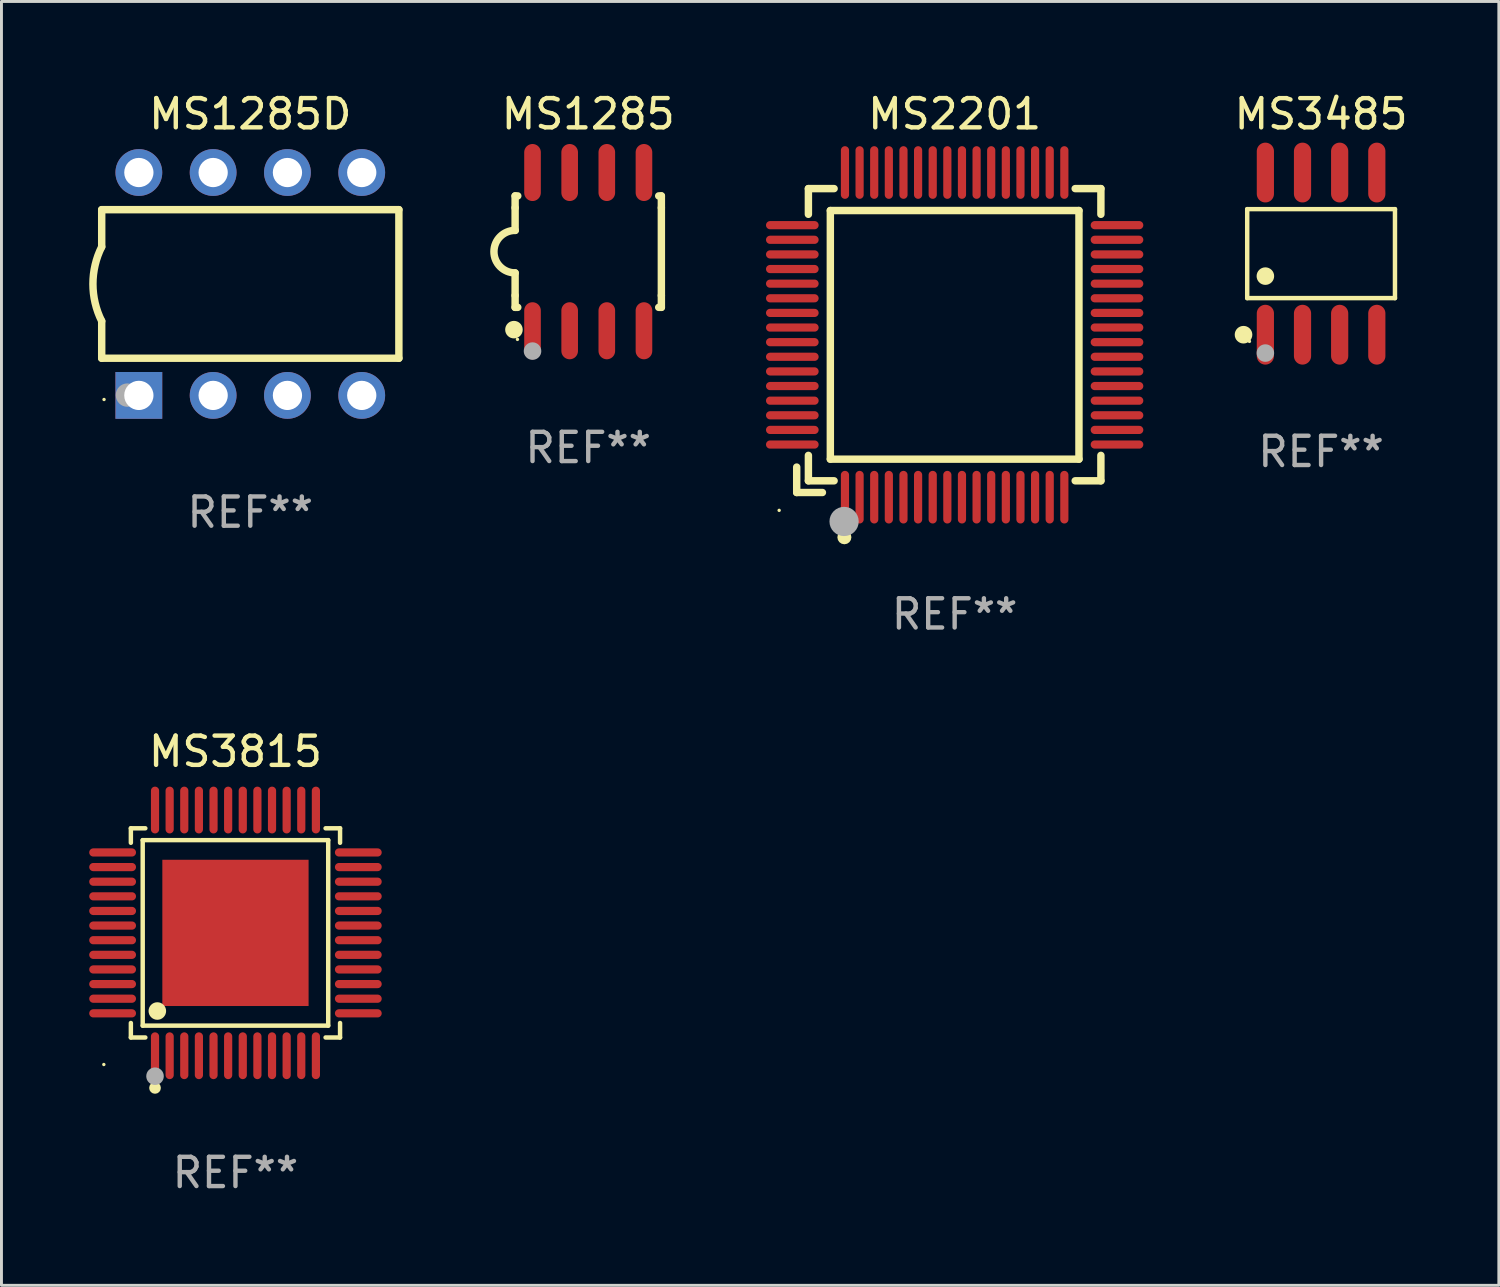
<source format=kicad_pcb>
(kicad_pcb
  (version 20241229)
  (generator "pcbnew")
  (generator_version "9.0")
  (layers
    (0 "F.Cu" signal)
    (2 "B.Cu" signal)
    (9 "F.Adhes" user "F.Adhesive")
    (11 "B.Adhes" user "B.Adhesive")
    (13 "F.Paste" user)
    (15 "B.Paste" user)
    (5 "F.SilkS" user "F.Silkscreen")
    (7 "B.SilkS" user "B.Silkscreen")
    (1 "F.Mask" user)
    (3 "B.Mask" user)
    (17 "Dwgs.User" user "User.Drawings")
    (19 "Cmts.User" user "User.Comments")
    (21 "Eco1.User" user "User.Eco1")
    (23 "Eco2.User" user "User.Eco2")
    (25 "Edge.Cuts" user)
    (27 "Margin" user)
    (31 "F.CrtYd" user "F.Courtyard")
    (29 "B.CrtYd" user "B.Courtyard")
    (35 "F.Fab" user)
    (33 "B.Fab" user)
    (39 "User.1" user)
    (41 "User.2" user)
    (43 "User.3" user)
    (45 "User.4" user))
  (footprint "MS1285"
    (layer "F.Cu")
    (at 17.061 5.553)
    (property "Reference" "MS1285" (at 0 -4.705 0) (layer "F.SilkS") (effects (font (size 1 1) (thickness 0.15))))
    (attr through_hole)
    (fp_line (start -2.5 -1.905) (end -2.409 -1.905) (stroke (width 0.254) (type solid)) (layer "F.SilkS"))
    (fp_line (start -2.5 -1.5) (end -2.5 -1.905) (stroke (width 0.254) (type solid)) (layer "F.SilkS"))
    (fp_line (start -2.5 -1.5) (end -2.5 -0.726) (stroke (width 0.254) (type solid)) (layer "F.SilkS"))
    (fp_line (start -2.5 1.5) (end -2.5 0.727) (stroke (width 0.254) (type solid)) (layer "F.SilkS"))
    (fp_line (start -2.5 1.5) (end -2.5 1.905) (stroke (width 0.254) (type solid)) (layer "F.SilkS"))
    (fp_line (start -2.5 1.905) (end -2.409 1.905) (stroke (width 0.254) (type solid)) (layer "F.SilkS"))
    (fp_line (start 2.5 -1.905) (end 2.409 -1.905) (stroke (width 0.254) (type solid)) (layer "F.SilkS"))
    (fp_line (start 2.5 -1.5) (end 2.5 -1.905) (stroke (width 0.254) (type solid)) (layer "F.SilkS"))
    (fp_line (start 2.5 -1.5) (end 2.5 1.5) (stroke (width 0.254) (type solid)) (layer "F.SilkS"))
    (fp_line (start 2.5 1.5) (end 2.5 1.905) (stroke (width 0.254) (type solid)) (layer "F.SilkS"))
    (fp_line (start 2.5 1.905) (end 2.409 1.905) (stroke (width 0.254) (type solid)) (layer "F.SilkS"))
    (fp_arc (start -2.5 0.726568) (mid -3.220316 -0.0023) (end -2.495097 -0.726289) (stroke (width 0.254001) (type solid)) (layer "F.SilkS"))
    (fp_circle (center -2.54 2.667) (end -2.39 2.667) (stroke (width 0.3) (type solid)) (fill no) (layer "F.SilkS"))
    (fp_circle (center -2.42 3) (end -2.39 3) (stroke (width 0.06) (type solid)) (fill no) (layer "F.SilkS"))
    (fp_circle (center -1.905 3.4) (end -1.755 3.4) (stroke (width 0.3) (type solid)) (fill no) (layer "F.Fab"))
    (fp_text user "REF**" (at 0 6.705 0) (layer "F.Fab") (effects (font (size 1 1) (thickness 0.15))))
    (pad "1" smd oval (at -1.905 2.705) (size 0.568 1.95) (layers "F.Cu" "F.Mask" "F.Paste"))
    (pad "2" smd oval (at -0.635 2.705) (size 0.568 1.95) (layers "F.Cu" "F.Mask" "F.Paste"))
    (pad "3" smd oval (at 0.635 2.705) (size 0.568 1.95) (layers "F.Cu" "F.Mask" "F.Paste"))
    (pad "4" smd oval (at 1.905 2.705) (size 0.568 1.95) (layers "F.Cu" "F.Mask" "F.Paste"))
    (pad "5" smd oval (at 1.905 -2.705) (size 0.568 1.95) (layers "F.Cu" "F.Mask" "F.Paste"))
    (pad "6" smd oval (at 0.635 -2.705) (size 0.568 1.95) (layers "F.Cu" "F.Mask" "F.Paste"))
    (pad "7" smd oval (at -0.635 -2.705) (size 0.568 1.95) (layers "F.Cu" "F.Mask" "F.Paste"))
    (pad "8" smd oval (at -1.905 -2.705) (size 0.568 1.95) (layers "F.Cu" "F.Mask" "F.Paste")))
  (footprint "MS3485"
    (layer "F.Cu")
    (at 42.116 5.621)
    (property "Reference" "MS3485" (at 0 -4.772 0) (layer "F.SilkS") (effects (font (size 1 1) (thickness 0.15))))
    (attr through_hole)
    (fp_line (start -2.526 -1.521) (end 2.526 -1.521) (stroke (width 0.152) (type solid)) (layer "F.SilkS"))
    (fp_line (start -2.526 1.521) (end -2.526 -1.521) (stroke (width 0.152) (type solid)) (layer "F.SilkS"))
    (fp_line (start 2.526 -1.521) (end 2.526 1.521) (stroke (width 0.152) (type solid)) (layer "F.SilkS"))
    (fp_line (start 2.526 1.521) (end -2.526 1.521) (stroke (width 0.152) (type solid)) (layer "F.SilkS"))
    (fp_circle (center -2.652 2.772) (end -2.501 2.772) (stroke (width 0.3) (type solid)) (fill no) (layer "F.SilkS"))
    (fp_circle (center -2.45 3) (end -2.42 3) (stroke (width 0.06) (type solid)) (fill no) (layer "F.SilkS"))
    (fp_circle (center -1.905 0.769) (end -1.755 0.769) (stroke (width 0.3) (type solid)) (fill no) (layer "F.SilkS"))
    (fp_circle (center -1.905 3.4) (end -1.755 3.4) (stroke (width 0.3) (type solid)) (fill no) (layer "F.Fab"))
    (fp_text user "REF**" (at 0 6.772 0) (layer "F.Fab") (effects (font (size 1 1) (thickness 0.15))))
    (pad "1" smd oval (at -1.905 2.772) (size 0.588 2.045) (layers "F.Cu" "F.Mask" "F.Paste"))
    (pad "2" smd oval (at -0.635 2.772) (size 0.588 2.045) (layers "F.Cu" "F.Mask" "F.Paste"))
    (pad "3" smd oval (at 0.635 2.772) (size 0.588 2.045) (layers "F.Cu" "F.Mask" "F.Paste"))
    (pad "4" smd oval (at 1.905 2.772) (size 0.588 2.045) (layers "F.Cu" "F.Mask" "F.Paste"))
    (pad "5" smd oval (at 1.905 -2.772) (size 0.588 2.045) (layers "F.Cu" "F.Mask" "F.Paste"))
    (pad "6" smd oval (at 0.635 -2.772) (size 0.588 2.045) (layers "F.Cu" "F.Mask" "F.Paste"))
    (pad "7" smd oval (at -0.635 -2.772) (size 0.588 2.045) (layers "F.Cu" "F.Mask" "F.Paste"))
    (pad "8" smd oval (at -1.905 -2.772) (size 0.588 2.045) (layers "F.Cu" "F.Mask" "F.Paste")))
  (footprint "MS3815"
    (layer "F.Cu")
    (at 5 28.844)
    (property "Reference" "MS3815" (at 0 -6.2 0) (layer "F.SilkS") (effects (font (size 1 1) (thickness 0.15))))
    (attr through_hole)
    (fp_line (start -3.576 -3.576) (end -3.081 -3.576) (stroke (width 0.152) (type solid)) (layer "F.SilkS"))
    (fp_line (start -3.576 -3.081) (end -3.576 -3.576) (stroke (width 0.152) (type solid)) (layer "F.SilkS"))
    (fp_line (start -3.576 3.081) (end -3.576 3.576) (stroke (width 0.152) (type solid)) (layer "F.SilkS"))
    (fp_line (start -3.576 3.576) (end -3.081 3.576) (stroke (width 0.152) (type solid)) (layer "F.SilkS"))
    (fp_line (start -3.171 -3.171) (end 3.171 -3.171) (stroke (width 0.152) (type solid)) (layer "F.SilkS"))
    (fp_line (start -3.171 3.171) (end -3.171 -3.171) (stroke (width 0.152) (type solid)) (layer "F.SilkS"))
    (fp_line (start 3.171 -3.171) (end 3.171 3.171) (stroke (width 0.152) (type solid)) (layer "F.SilkS"))
    (fp_line (start 3.171 3.171) (end -3.171 3.171) (stroke (width 0.152) (type solid)) (layer "F.SilkS"))
    (fp_line (start 3.576 -3.576) (end 3.081 -3.576) (stroke (width 0.152) (type solid)) (layer "F.SilkS"))
    (fp_line (start 3.576 -3.081) (end 3.576 -3.576) (stroke (width 0.152) (type solid)) (layer "F.SilkS"))
    (fp_line (start 3.576 3.081) (end 3.576 3.576) (stroke (width 0.152) (type solid)) (layer "F.SilkS"))
    (fp_line (start 3.576 3.576) (end 3.081 3.576) (stroke (width 0.152) (type solid)) (layer "F.SilkS"))
    (fp_circle (center -4.5 4.5) (end -4.47 4.5) (stroke (width 0.06) (type solid)) (fill no) (layer "F.SilkS"))
    (fp_circle (center -2.75 5.3) (end -2.65 5.3) (stroke (width 0.2) (type solid)) (fill no) (layer "F.SilkS"))
    (fp_circle (center -2.671 2.671) (end -2.521 2.671) (stroke (width 0.3) (type solid)) (fill no) (layer "F.SilkS"))
    (fp_circle (center -2.75 4.9) (end -2.6 4.9) (stroke (width 0.3) (type solid)) (fill no) (layer "F.Fab"))
    (fp_text user "REF**" (at 0 8.2 0) (layer "F.Fab") (effects (font (size 1 1) (thickness 0.15))))
    (pad "1" smd oval (at -2.75 4.2) (size 0.28 1.6) (layers "F.Cu" "F.Mask" "F.Paste"))
    (pad "2" smd oval (at -2.25 4.2) (size 0.28 1.6) (layers "F.Cu" "F.Mask" "F.Paste"))
    (pad "3" smd oval (at -1.75 4.2) (size 0.28 1.6) (layers "F.Cu" "F.Mask" "F.Paste"))
    (pad "4" smd oval (at -1.25 4.2) (size 0.28 1.6) (layers "F.Cu" "F.Mask" "F.Paste"))
    (pad "5" smd oval (at -0.75 4.2) (size 0.28 1.6) (layers "F.Cu" "F.Mask" "F.Paste"))
    (pad "6" smd oval (at -0.25 4.2) (size 0.28 1.6) (layers "F.Cu" "F.Mask" "F.Paste"))
    (pad "7" smd oval (at 0.25 4.2) (size 0.28 1.6) (layers "F.Cu" "F.Mask" "F.Paste"))
    (pad "8" smd oval (at 0.75 4.2) (size 0.28 1.6) (layers "F.Cu" "F.Mask" "F.Paste"))
    (pad "9" smd oval (at 1.25 4.2) (size 0.28 1.6) (layers "F.Cu" "F.Mask" "F.Paste"))
    (pad "10" smd oval (at 1.75 4.2) (size 0.28 1.6) (layers "F.Cu" "F.Mask" "F.Paste"))
    (pad "11" smd oval (at 2.25 4.2) (size 0.28 1.6) (layers "F.Cu" "F.Mask" "F.Paste"))
    (pad "12" smd oval (at 2.75 4.2) (size 0.28 1.6) (layers "F.Cu" "F.Mask" "F.Paste"))
    (pad "13" smd oval (at 4.2 2.75) (size 1.6 0.28) (layers "F.Cu" "F.Mask" "F.Paste"))
    (pad "14" smd oval (at 4.2 2.25) (size 1.6 0.28) (layers "F.Cu" "F.Mask" "F.Paste"))
    (pad "15" smd oval (at 4.2 1.75) (size 1.6 0.28) (layers "F.Cu" "F.Mask" "F.Paste"))
    (pad "16" smd oval (at 4.2 1.25) (size 1.6 0.28) (layers "F.Cu" "F.Mask" "F.Paste"))
    (pad "17" smd oval (at 4.2 0.75) (size 1.6 0.28) (layers "F.Cu" "F.Mask" "F.Paste"))
    (pad "18" smd oval (at 4.2 0.25) (size 1.6 0.28) (layers "F.Cu" "F.Mask" "F.Paste"))
    (pad "19" smd oval (at 4.2 -0.25) (size 1.6 0.28) (layers "F.Cu" "F.Mask" "F.Paste"))
    (pad "20" smd oval (at 4.2 -0.75) (size 1.6 0.28) (layers "F.Cu" "F.Mask" "F.Paste"))
    (pad "21" smd oval (at 4.2 -1.25) (size 1.6 0.28) (layers "F.Cu" "F.Mask" "F.Paste"))
    (pad "22" smd oval (at 4.2 -1.75) (size 1.6 0.28) (layers "F.Cu" "F.Mask" "F.Paste"))
    (pad "23" smd oval (at 4.2 -2.25) (size 1.6 0.28) (layers "F.Cu" "F.Mask" "F.Paste"))
    (pad "24" smd oval (at 4.2 -2.75) (size 1.6 0.28) (layers "F.Cu" "F.Mask" "F.Paste"))
    (pad "25" smd oval (at 2.75 -4.2) (size 0.28 1.6) (layers "F.Cu" "F.Mask" "F.Paste"))
    (pad "26" smd oval (at 2.25 -4.2) (size 0.28 1.6) (layers "F.Cu" "F.Mask" "F.Paste"))
    (pad "27" smd oval (at 1.75 -4.2) (size 0.28 1.6) (layers "F.Cu" "F.Mask" "F.Paste"))
    (pad "28" smd oval (at 1.25 -4.2) (size 0.28 1.6) (layers "F.Cu" "F.Mask" "F.Paste"))
    (pad "29" smd oval (at 0.75 -4.2) (size 0.28 1.6) (layers "F.Cu" "F.Mask" "F.Paste"))
    (pad "30" smd oval (at 0.25 -4.2) (size 0.28 1.6) (layers "F.Cu" "F.Mask" "F.Paste"))
    (pad "31" smd oval (at -0.25 -4.2) (size 0.28 1.6) (layers "F.Cu" "F.Mask" "F.Paste"))
    (pad "32" smd oval (at -0.75 -4.2) (size 0.28 1.6) (layers "F.Cu" "F.Mask" "F.Paste"))
    (pad "33" smd oval (at -1.25 -4.2) (size 0.28 1.6) (layers "F.Cu" "F.Mask" "F.Paste"))
    (pad "34" smd oval (at -1.75 -4.2) (size 0.28 1.6) (layers "F.Cu" "F.Mask" "F.Paste"))
    (pad "35" smd oval (at -2.25 -4.2) (size 0.28 1.6) (layers "F.Cu" "F.Mask" "F.Paste"))
    (pad "36" smd oval (at -2.75 -4.2) (size 0.28 1.6) (layers "F.Cu" "F.Mask" "F.Paste"))
    (pad "37" smd oval (at -4.2 -2.75) (size 1.6 0.28) (layers "F.Cu" "F.Mask" "F.Paste"))
    (pad "38" smd oval (at -4.2 -2.25) (size 1.6 0.28) (layers "F.Cu" "F.Mask" "F.Paste"))
    (pad "39" smd oval (at -4.2 -1.75) (size 1.6 0.28) (layers "F.Cu" "F.Mask" "F.Paste"))
    (pad "40" smd oval (at -4.2 -1.25) (size 1.6 0.28) (layers "F.Cu" "F.Mask" "F.Paste"))
    (pad "41" smd oval (at -4.2 -0.75) (size 1.6 0.28) (layers "F.Cu" "F.Mask" "F.Paste"))
    (pad "42" smd oval (at -4.2 -0.25) (size 1.6 0.28) (layers "F.Cu" "F.Mask" "F.Paste"))
    (pad "43" smd oval (at -4.2 0.25) (size 1.6 0.28) (layers "F.Cu" "F.Mask" "F.Paste"))
    (pad "44" smd oval (at -4.2 0.75) (size 1.6 0.28) (layers "F.Cu" "F.Mask" "F.Paste"))
    (pad "45" smd oval (at -4.2 1.25) (size 1.6 0.28) (layers "F.Cu" "F.Mask" "F.Paste"))
    (pad "46" smd oval (at -4.2 1.75) (size 1.6 0.28) (layers "F.Cu" "F.Mask" "F.Paste"))
    (pad "47" smd oval (at -4.2 2.25) (size 1.6 0.28) (layers "F.Cu" "F.Mask" "F.Paste"))
    (pad "48" smd oval (at -4.2 2.75) (size 1.6 0.28) (layers "F.Cu" "F.Mask" "F.Paste"))
    (pad "49" smd rect (at 0 0) (size 5 5) (layers "F.Cu" "F.Mask" "F.Paste")))
  (footprint "MS1285D"
    (layer "F.Cu")
    (at 5.507 6.658)
    (property "Reference" "MS1285D" (at 0 -5.81 0) (layer "F.SilkS") (effects (font (size 1 1) (thickness 0.15))))
    (attr through_hole)
    (fp_line (start -5.08 -1.27) (end -5.08 -2.54) (stroke (width 0.254) (type solid)) (layer "F.SilkS"))
    (fp_line (start -5.08 2.54) (end -5.08 1.27) (stroke (width 0.254) (type solid)) (layer "F.SilkS"))
    (fp_line (start 5.08 -2.54) (end -5.08 -2.54) (stroke (width 0.254) (type solid)) (layer "F.SilkS"))
    (fp_line (start 5.08 2.54) (end -5.08 2.54) (stroke (width 0.254) (type solid)) (layer "F.SilkS"))
    (fp_line (start 5.08 2.54) (end 5.08 -2.54) (stroke (width 0.254) (type solid)) (layer "F.SilkS"))
    (fp_arc (start -5.080011 1.270002) (mid -5.379818 -0.000001) (end -5.08001 -1.270003) (stroke (width 0.254001) (type solid)) (layer "F.SilkS"))
    (fp_circle (center -5 3.95) (end -4.97 3.95) (stroke (width 0.06) (type solid)) (fill no) (layer "F.SilkS"))
    (fp_circle (center -4.2 3.8) (end -4 3.8) (stroke (width 0.4) (type solid)) (fill no) (layer "F.Fab"))
    (fp_text user "REF**" (at 0 7.81 0) (layer "F.Fab") (effects (font (size 1 1) (thickness 0.15))))
    (pad "1" thru_hole rect (at -3.81 3.81) (size 1.6 1.6) (drill 1) (layers "*.Cu" "*.Mask"))
    (pad "2" thru_hole circle (at -1.27 3.81) (size 1.6 1.6) (drill 1) (layers "*.Cu" "*.Mask"))
    (pad "3" thru_hole circle (at 1.27 3.81) (size 1.6 1.6) (drill 1) (layers "*.Cu" "*.Mask"))
    (pad "4" thru_hole circle (at 3.81 3.81) (size 1.6 1.6) (drill 1) (layers "*.Cu" "*.Mask"))
    (pad "5" thru_hole circle (at 3.81 -3.81) (size 1.6 1.6) (drill 1) (layers "*.Cu" "*.Mask"))
    (pad "6" thru_hole circle (at 1.27 -3.81) (size 1.6 1.6) (drill 1) (layers "*.Cu" "*.Mask"))
    (pad "7" thru_hole circle (at -1.27 -3.81) (size 1.6 1.6) (drill 1) (layers "*.Cu" "*.Mask"))
    (pad "8" thru_hole circle (at -3.81 -3.81) (size 1.6 1.6) (drill 1) (layers "*.Cu" "*.Mask")))
  (footprint "MS2201"
    (layer "F.Cu")
    (at 29.588 8.398)
    (property "Reference" "MS2201" (at 0 -7.55 0) (layer "F.SilkS") (effects (font (size 1 1) (thickness 0.15))))
    (attr through_hole)
    (fp_line (start -5.4 4.521) (end -5.4 5.39) (stroke (width 0.254) (type solid)) (layer "F.SilkS"))
    (fp_line (start -5.4 5.39) (end -4.521 5.39) (stroke (width 0.254) (type solid)) (layer "F.SilkS"))
    (fp_line (start -5 -5) (end -5 -4.121) (stroke (width 0.254) (type solid)) (layer "F.SilkS"))
    (fp_line (start -5 4.121) (end -5 4.99) (stroke (width 0.254) (type solid)) (layer "F.SilkS"))
    (fp_line (start -5 4.99) (end -4.121 4.99) (stroke (width 0.254) (type solid)) (layer "F.SilkS"))
    (fp_line (start -4.25 -4.25) (end -4.25 4.25) (stroke (width 0.254) (type solid)) (layer "F.SilkS"))
    (fp_line (start -4.25 4.25) (end 4.25 4.25) (stroke (width 0.254) (type solid)) (layer "F.SilkS"))
    (fp_line (start -4.121 -5) (end -5 -5) (stroke (width 0.254) (type solid)) (layer "F.SilkS"))
    (fp_line (start 4.121 4.99) (end 5 4.99) (stroke (width 0.254) (type solid)) (layer "F.SilkS"))
    (fp_line (start 4.25 -4.25) (end -4.25 -4.25) (stroke (width 0.254) (type solid)) (layer "F.SilkS"))
    (fp_line (start 4.25 4.25) (end 4.25 -4.25) (stroke (width 0.254) (type solid)) (layer "F.SilkS"))
    (fp_line (start 5 -5) (end 4.121 -5) (stroke (width 0.254) (type solid)) (layer "F.SilkS"))
    (fp_line (start 5 -4.121) (end 5 -5) (stroke (width 0.254) (type solid)) (layer "F.SilkS"))
    (fp_line (start 5 4.99) (end 5 4.121) (stroke (width 0.254) (type solid)) (layer "F.SilkS"))
    (fp_circle (center -6 6) (end -5.97 6) (stroke (width 0.06) (type solid)) (fill no) (layer "F.SilkS"))
    (fp_circle (center -3.77 6.92) (end -3.65 6.92) (stroke (width 0.24) (type solid)) (fill no) (layer "F.SilkS"))
    (fp_circle (center -3.78 6.38) (end -3.53 6.38) (stroke (width 0.5) (type solid)) (fill no) (layer "F.Fab"))
    (fp_text user "REF**" (at 0 9.55 0) (layer "F.Fab") (effects (font (size 1 1) (thickness 0.15))))
    (pad "1" smd oval (at -3.75 5.55) (size 0.28 1.8) (layers "F.Cu" "F.Mask" "F.Paste"))
    (pad "2" smd oval (at -3.25 5.55) (size 0.28 1.8) (layers "F.Cu" "F.Mask" "F.Paste"))
    (pad "3" smd oval (at -2.75 5.55) (size 0.28 1.8) (layers "F.Cu" "F.Mask" "F.Paste"))
    (pad "4" smd oval (at -2.25 5.55) (size 0.28 1.8) (layers "F.Cu" "F.Mask" "F.Paste"))
    (pad "5" smd oval (at -1.75 5.55) (size 0.28 1.8) (layers "F.Cu" "F.Mask" "F.Paste"))
    (pad "6" smd oval (at -1.25 5.55) (size 0.28 1.8) (layers "F.Cu" "F.Mask" "F.Paste"))
    (pad "7" smd oval (at -0.75 5.55) (size 0.28 1.8) (layers "F.Cu" "F.Mask" "F.Paste"))
    (pad "8" smd oval (at -0.25 5.55) (size 0.28 1.8) (layers "F.Cu" "F.Mask" "F.Paste"))
    (pad "9" smd oval (at 0.25 5.55) (size 0.28 1.8) (layers "F.Cu" "F.Mask" "F.Paste"))
    (pad "10" smd oval (at 0.75 5.55) (size 0.28 1.8) (layers "F.Cu" "F.Mask" "F.Paste"))
    (pad "11" smd oval (at 1.25 5.55) (size 0.28 1.8) (layers "F.Cu" "F.Mask" "F.Paste"))
    (pad "12" smd oval (at 1.75 5.55) (size 0.28 1.8) (layers "F.Cu" "F.Mask" "F.Paste"))
    (pad "13" smd oval (at 2.25 5.55) (size 0.28 1.8) (layers "F.Cu" "F.Mask" "F.Paste"))
    (pad "14" smd oval (at 2.75 5.55) (size 0.28 1.8) (layers "F.Cu" "F.Mask" "F.Paste"))
    (pad "15" smd oval (at 3.25 5.55) (size 0.28 1.8) (layers "F.Cu" "F.Mask" "F.Paste"))
    (pad "16" smd oval (at 3.75 5.55) (size 0.28 1.8) (layers "F.Cu" "F.Mask" "F.Paste"))
    (pad "17" smd oval (at 5.55 3.75) (size 1.8 0.28) (layers "F.Cu" "F.Mask" "F.Paste"))
    (pad "18" smd oval (at 5.55 3.25) (size 1.8 0.28) (layers "F.Cu" "F.Mask" "F.Paste"))
    (pad "19" smd oval (at 5.55 2.75) (size 1.8 0.28) (layers "F.Cu" "F.Mask" "F.Paste"))
    (pad "20" smd oval (at 5.55 2.25) (size 1.8 0.28) (layers "F.Cu" "F.Mask" "F.Paste"))
    (pad "21" smd oval (at 5.55 1.75) (size 1.8 0.28) (layers "F.Cu" "F.Mask" "F.Paste"))
    (pad "22" smd oval (at 5.55 1.25) (size 1.8 0.28) (layers "F.Cu" "F.Mask" "F.Paste"))
    (pad "23" smd oval (at 5.55 0.75) (size 1.8 0.28) (layers "F.Cu" "F.Mask" "F.Paste"))
    (pad "24" smd oval (at 5.55 0.25) (size 1.8 0.28) (layers "F.Cu" "F.Mask" "F.Paste"))
    (pad "25" smd oval (at 5.55 -0.25) (size 1.8 0.28) (layers "F.Cu" "F.Mask" "F.Paste"))
    (pad "26" smd oval (at 5.55 -0.75) (size 1.8 0.28) (layers "F.Cu" "F.Mask" "F.Paste"))
    (pad "27" smd oval (at 5.55 -1.25) (size 1.8 0.28) (layers "F.Cu" "F.Mask" "F.Paste"))
    (pad "28" smd oval (at 5.55 -1.75) (size 1.8 0.28) (layers "F.Cu" "F.Mask" "F.Paste"))
    (pad "29" smd oval (at 5.55 -2.25) (size 1.8 0.28) (layers "F.Cu" "F.Mask" "F.Paste"))
    (pad "30" smd oval (at 5.55 -2.75) (size 1.8 0.28) (layers "F.Cu" "F.Mask" "F.Paste"))
    (pad "31" smd oval (at 5.55 -3.25) (size 1.8 0.28) (layers "F.Cu" "F.Mask" "F.Paste"))
    (pad "32" smd oval (at 5.55 -3.75) (size 1.8 0.28) (layers "F.Cu" "F.Mask" "F.Paste"))
    (pad "33" smd oval (at 3.75 -5.55) (size 0.28 1.8) (layers "F.Cu" "F.Mask" "F.Paste"))
    (pad "34" smd oval (at 3.25 -5.55) (size 0.28 1.8) (layers "F.Cu" "F.Mask" "F.Paste"))
    (pad "35" smd oval (at 2.75 -5.55) (size 0.28 1.8) (layers "F.Cu" "F.Mask" "F.Paste"))
    (pad "36" smd oval (at 2.25 -5.55) (size 0.28 1.8) (layers "F.Cu" "F.Mask" "F.Paste"))
    (pad "37" smd oval (at 1.75 -5.55) (size 0.28 1.8) (layers "F.Cu" "F.Mask" "F.Paste"))
    (pad "38" smd oval (at 1.25 -5.55) (size 0.28 1.8) (layers "F.Cu" "F.Mask" "F.Paste"))
    (pad "39" smd oval (at 0.75 -5.55) (size 0.28 1.8) (layers "F.Cu" "F.Mask" "F.Paste"))
    (pad "40" smd oval (at 0.25 -5.55) (size 0.28 1.8) (layers "F.Cu" "F.Mask" "F.Paste"))
    (pad "41" smd oval (at -0.25 -5.55) (size 0.28 1.8) (layers "F.Cu" "F.Mask" "F.Paste"))
    (pad "42" smd oval (at -0.75 -5.55) (size 0.28 1.8) (layers "F.Cu" "F.Mask" "F.Paste"))
    (pad "43" smd oval (at -1.25 -5.55) (size 0.28 1.8) (layers "F.Cu" "F.Mask" "F.Paste"))
    (pad "44" smd oval (at -1.75 -5.55) (size 0.28 1.8) (layers "F.Cu" "F.Mask" "F.Paste"))
    (pad "45" smd oval (at -2.25 -5.55) (size 0.28 1.8) (layers "F.Cu" "F.Mask" "F.Paste"))
    (pad "46" smd oval (at -2.75 -5.55) (size 0.28 1.8) (layers "F.Cu" "F.Mask" "F.Paste"))
    (pad "47" smd oval (at -3.25 -5.55) (size 0.28 1.8) (layers "F.Cu" "F.Mask" "F.Paste"))
    (pad "48" smd oval (at -3.75 -5.55) (size 0.28 1.8) (layers "F.Cu" "F.Mask" "F.Paste"))
    (pad "49" smd oval (at -5.55 -3.75) (size 1.8 0.28) (layers "F.Cu" "F.Mask" "F.Paste"))
    (pad "50" smd oval (at -5.55 -3.25) (size 1.8 0.28) (layers "F.Cu" "F.Mask" "F.Paste"))
    (pad "51" smd oval (at -5.55 -2.75) (size 1.8 0.28) (layers "F.Cu" "F.Mask" "F.Paste"))
    (pad "52" smd oval (at -5.55 -2.25) (size 1.8 0.28) (layers "F.Cu" "F.Mask" "F.Paste"))
    (pad "53" smd oval (at -5.55 -1.75) (size 1.8 0.28) (layers "F.Cu" "F.Mask" "F.Paste"))
    (pad "54" smd oval (at -5.55 -1.25) (size 1.8 0.28) (layers "F.Cu" "F.Mask" "F.Paste"))
    (pad "55" smd oval (at -5.55 -0.75) (size 1.8 0.28) (layers "F.Cu" "F.Mask" "F.Paste"))
    (pad "56" smd oval (at -5.55 -0.25) (size 1.8 0.28) (layers "F.Cu" "F.Mask" "F.Paste"))
    (pad "57" smd oval (at -5.55 0.25) (size 1.8 0.28) (layers "F.Cu" "F.Mask" "F.Paste"))
    (pad "58" smd oval (at -5.55 0.75) (size 1.8 0.28) (layers "F.Cu" "F.Mask" "F.Paste"))
    (pad "59" smd oval (at -5.55 1.25) (size 1.8 0.28) (layers "F.Cu" "F.Mask" "F.Paste"))
    (pad "60" smd oval (at -5.55 1.75) (size 1.8 0.28) (layers "F.Cu" "F.Mask" "F.Paste"))
    (pad "61" smd oval (at -5.55 2.25) (size 1.8 0.28) (layers "F.Cu" "F.Mask" "F.Paste"))
    (pad "62" smd oval (at -5.55 2.75) (size 1.8 0.28) (layers "F.Cu" "F.Mask" "F.Paste"))
    (pad "63" smd oval (at -5.55 3.25) (size 1.8 0.28) (layers "F.Cu" "F.Mask" "F.Paste"))
    (pad "64" smd oval (at -5.55 3.75) (size 1.8 0.28) (layers "F.Cu" "F.Mask" "F.Paste")))
  (gr_rect
    (start -3 -3)
    (end 48.193 40.893)
    (stroke (width 0.1) (type default))
    (fill no)
    (layer "Edge.Cuts")))
</source>
